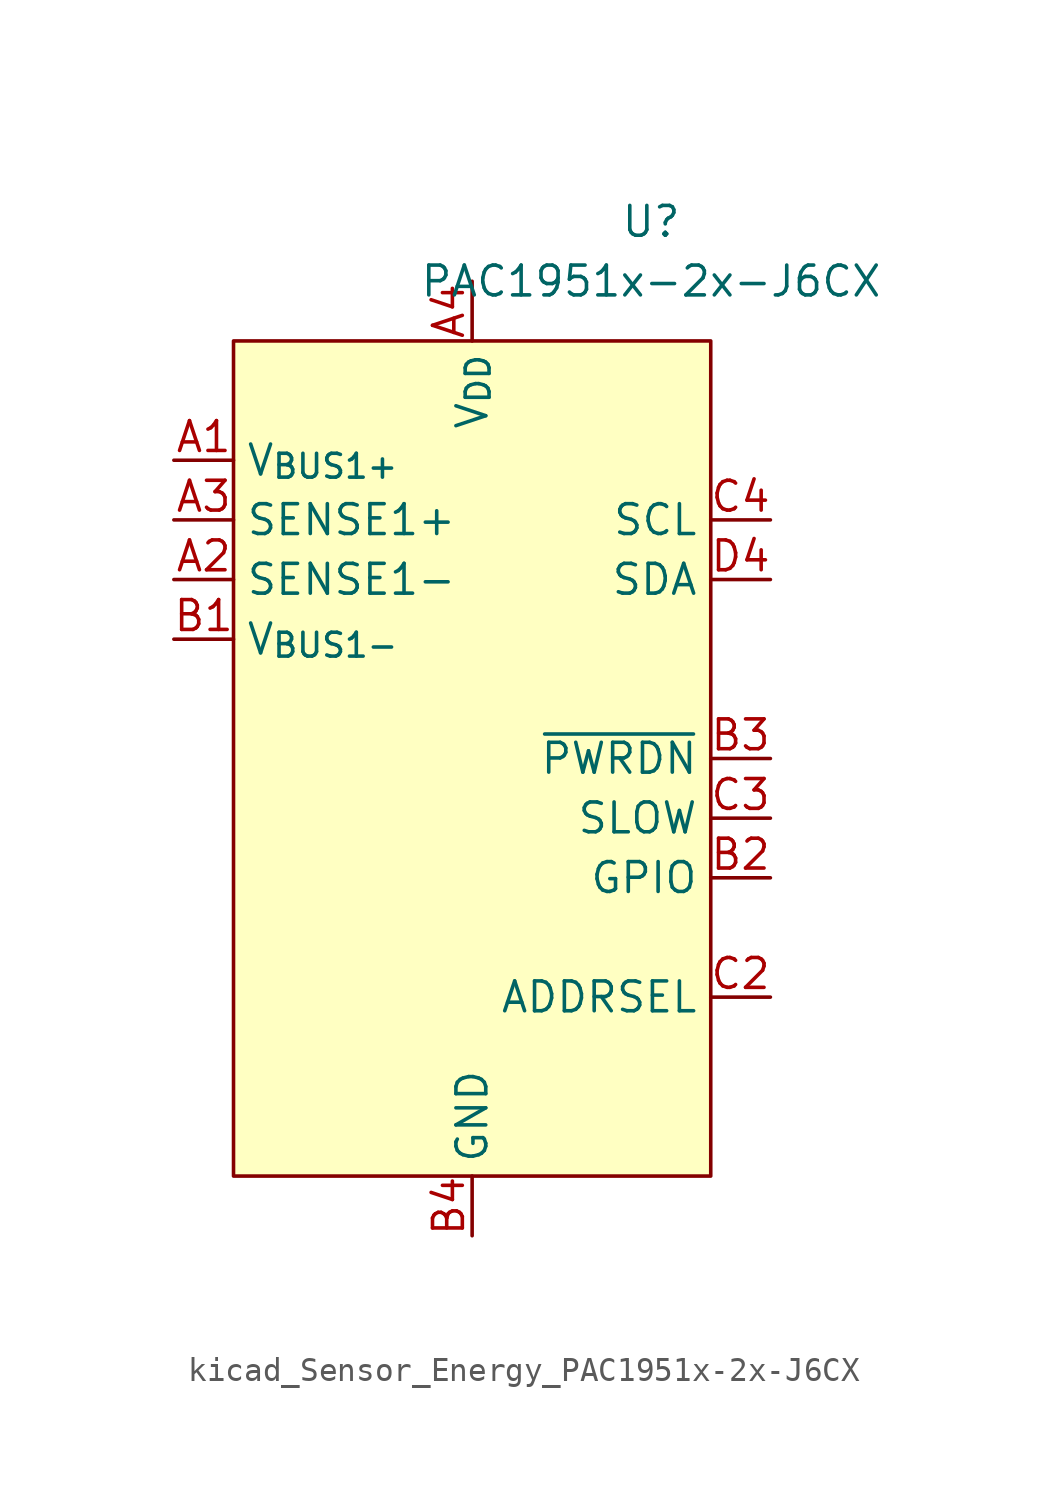
<source format=kicad_sym>
(kicad_symbol_lib
  (version 20220914)
  (generator kicad_symbol_editor)
  (symbol "kicad_Sensor_Energy_PAC1951x-2x-J6CX"
    (property "Reference" "U"
      (at 7.62 22.86 0)
      (effects (font (size 1.27 1.27))))
    (property "Value" "PAC1951x-2x-J6CX"
      (at 7.62 20.32 0)
      (effects (font (size 1.27 1.27))))
    (symbol "kicad_Sensor_Energy_PAC1951x-2x-J6CX_0_0"
      (pin input line (at -12.7 12.7 0) (length 2.54) (name "V_{BUS1+}" (effects (font (size 1.27 1.27)))) (number "A1" (effects (font (size 1.27 1.27)))))
      (pin input line (at -12.7 7.62 0) (length 2.54) (name "SENSE1-" (effects (font (size 1.27 1.27)))) (number "A2" (effects (font (size 1.27 1.27)))))
      (pin input line (at -12.7 10.16 0) (length 2.54) (name "SENSE1+" (effects (font (size 1.27 1.27)))) (number "A3" (effects (font (size 1.27 1.27)))))
      (pin power_in line (at 0 20.32 270) (length 2.54) (name "V_{DD}" (effects (font (size 1.27 1.27)))) (number "A4" (effects (font (size 1.27 1.27)))))
      (pin input line (at -12.7 5.08 0) (length 2.54) (name "V_{BUS1-}" (effects (font (size 1.27 1.27)))) (number "B1" (effects (font (size 1.27 1.27)))))
      (pin bidirectional line (at 12.7 -5.08 180) (length 2.54) (name "GPIO" (effects (font (size 1.27 1.27)))) (number "B2" (effects (font (size 1.27 1.27)))) (alternate "~{ALERT2}" open_collector line))
      (pin input line (at 12.7 0 180) (length 2.54) (name "~{PWRDN}" (effects (font (size 1.27 1.27)))) (number "B3" (effects (font (size 1.27 1.27)))))
      (pin power_in line (at 0 -20.32 90) (length 2.54) (name "GND" (effects (font (size 1.27 1.27)))) (number "B4" (effects (font (size 1.27 1.27)))))
      (pin passive line (at 0 -20.32 90) (length 2.54) hide (name "GND" (effects (font (size 1.27 1.27)))) (number "C1" (effects (font (size 1.27 1.27)))))
      (pin passive line (at 12.7 -10.16 180) (length 2.54) (name "ADDRSEL" (effects (font (size 1.27 1.27)))) (number "C2" (effects (font (size 1.27 1.27)))))
      (pin input line (at 12.7 -2.54 180) (length 2.54) (name "SLOW" (effects (font (size 1.27 1.27)))) (number "C3" (effects (font (size 1.27 1.27)))) (alternate "GPIO" bidirectional line) (alternate "~{ALERT1}" open_collector line))
      (pin input line (at 12.7 10.16 180) (length 2.54) (name "SCL" (effects (font (size 1.27 1.27)))) (number "C4" (effects (font (size 1.27 1.27)))) (alternate "SM_CLK" input line))
      (pin passive line (at 0 -20.32 90) (length 2.54) hide (name "GND" (effects (font (size 1.27 1.27)))) (number "D1" (effects (font (size 1.27 1.27)))))
      (pin passive line (at 0 -20.32 90) (length 2.54) hide (name "GND" (effects (font (size 1.27 1.27)))) (number "D2" (effects (font (size 1.27 1.27)))))
      (pin passive line (at 0 -20.32 90) (length 2.54) hide (name "GND" (effects (font (size 1.27 1.27)))) (number "D3" (effects (font (size 1.27 1.27)))))
      (pin bidirectional line (at 12.7 7.62 180) (length 2.54) (name "SDA" (effects (font (size 1.27 1.27)))) (number "D4" (effects (font (size 1.27 1.27)))) (alternate "SM_DATA" bidirectional line)))
    (symbol "kicad_Sensor_Energy_PAC1951x-2x-J6CX_0_1"
      (rectangle (start -10.16 17.78) (end 10.16 -17.78) (stroke (width 0) (type default)) (fill (type background))))))
</source>
